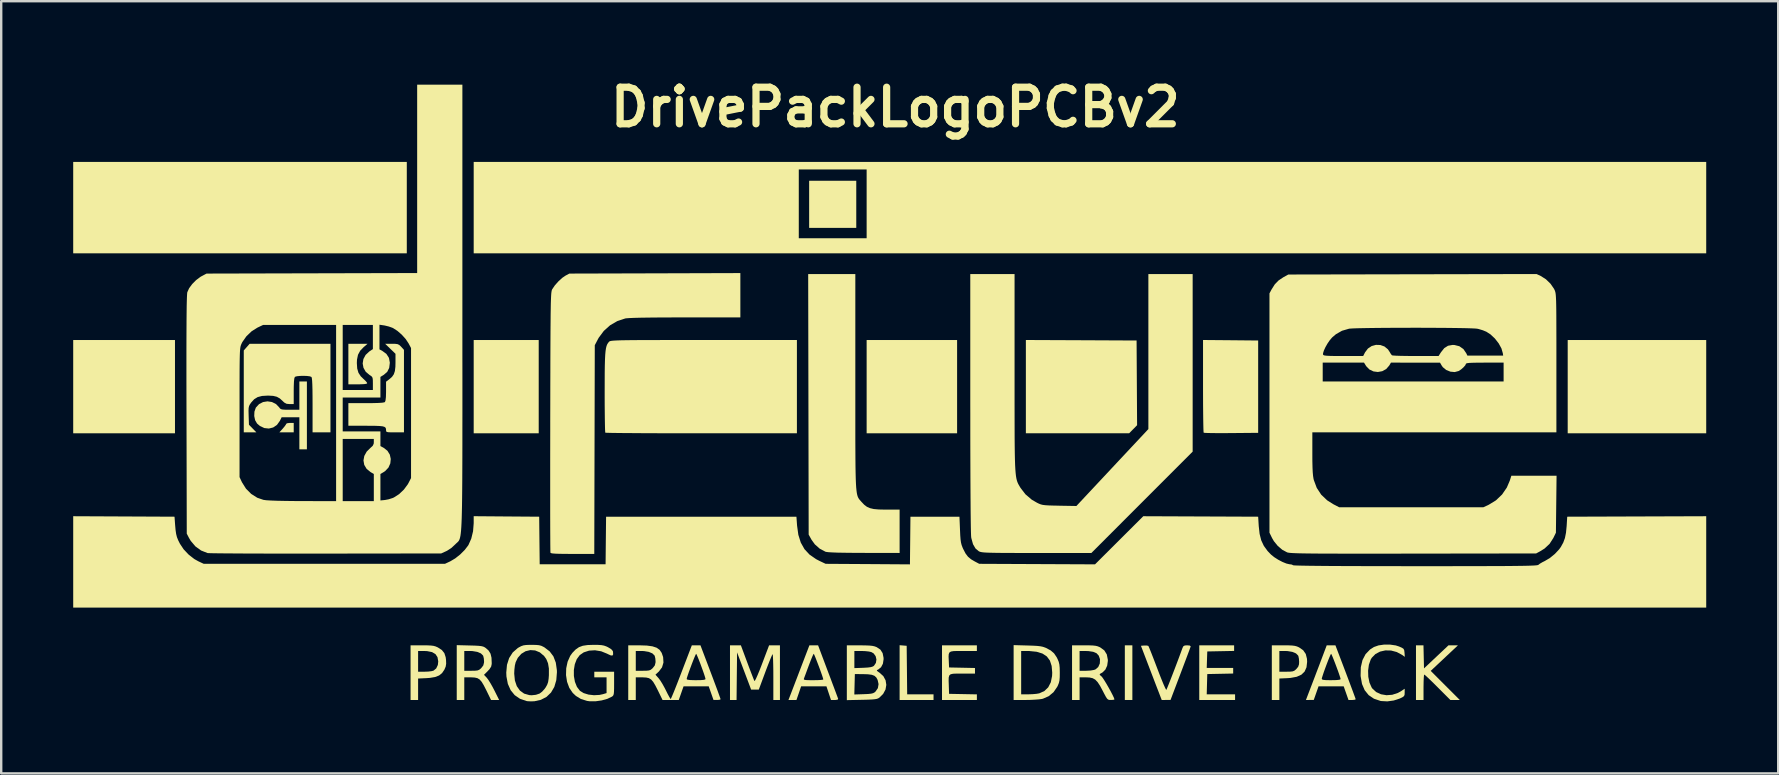
<source format=kicad_pcb>
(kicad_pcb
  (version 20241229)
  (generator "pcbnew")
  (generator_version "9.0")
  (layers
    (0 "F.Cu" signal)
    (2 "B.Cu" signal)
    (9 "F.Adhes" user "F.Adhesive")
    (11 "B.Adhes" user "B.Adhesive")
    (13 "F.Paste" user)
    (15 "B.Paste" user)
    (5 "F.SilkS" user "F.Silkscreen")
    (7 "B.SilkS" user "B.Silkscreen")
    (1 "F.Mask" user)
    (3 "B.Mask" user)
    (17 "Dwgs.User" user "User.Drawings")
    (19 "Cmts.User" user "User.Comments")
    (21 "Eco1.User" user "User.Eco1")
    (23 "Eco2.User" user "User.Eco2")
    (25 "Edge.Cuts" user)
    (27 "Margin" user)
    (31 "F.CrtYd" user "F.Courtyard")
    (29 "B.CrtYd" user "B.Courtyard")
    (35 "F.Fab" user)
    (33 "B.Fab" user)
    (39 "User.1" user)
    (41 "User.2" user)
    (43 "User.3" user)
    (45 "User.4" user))
  (footprint "DrivePackLogoPCBv2"
    (layer "F.Cu")
    (at 33.998 13.864)
    (property "Reference" "DrivePackLogoPCBv2" (at 0.254 -12.446 0) (layer "F.SilkS") (effects (font (size 1.524 1.524) (thickness 0.3))))
    (attr board_only exclude_from_pos_files exclude_from_bom)
    (fp_poly (pts (xy -29.758 1.138) (xy -33.998 1.138) (xy -33.998 -2.748) (xy -29.758 -2.748)) (stroke (width 0) (type solid)) (fill yes) (layer "F.SilkS"))
    (fp_poly (pts (xy -20.1 -6.36) (xy -33.998 -6.36) (xy -33.998 -10.168) (xy -20.1 -10.168)) (stroke (width 0) (type solid)) (fill yes) (layer "F.SilkS"))
    (fp_poly (pts (xy -14.604 1.138) (xy -17.313 1.138) (xy -17.313 -2.748) (xy -14.604 -2.748)) (stroke (width 0) (type solid)) (fill yes) (layer "F.SilkS"))
    (fp_poly (pts (xy -1.374 -7.42) (xy -3.337 -7.42) (xy -3.337 -9.383) (xy -1.374 -9.383)) (stroke (width 0) (type solid)) (fill yes) (layer "F.SilkS"))
    (fp_poly (pts (xy 2.827 1.138) (xy -0.942 1.138) (xy -0.942 -2.748) (xy 2.827 -2.748)) (stroke (width 0) (type solid)) (fill yes) (layer "F.SilkS"))
    (fp_poly (pts (xy 10.129 12.249) (xy 9.815 12.249) (xy 9.815 9.972) (xy 10.129 9.972)) (stroke (width 0) (type solid)) (fill yes) (layer "F.SilkS"))
    (fp_poly (pts (xy 34.037 1.138) (xy 28.266 1.138) (xy 28.266 -2.748) (xy 34.037 -2.748)) (stroke (width 0) (type solid)) (fill yes) (layer "F.SilkS"))
    (fp_poly (pts (xy 0.726 9.991) (xy 0.737 11.002) (xy 0.747 12.013) (xy 1.845 12.013) (xy 1.845 12.249) (xy 0.432 12.249) (xy 0.432 9.967)) (stroke (width 0) (type solid)) (fill yes) (layer "F.SilkS"))
    (fp_poly (pts (xy 7.999 -2.739) (xy 10.305 -2.728) (xy 10.326 0.801) (xy 10.16 0.97) (xy 9.994 1.138) (xy 5.692 1.138) (xy 5.692 -2.749)) (stroke (width 0) (type solid)) (fill yes) (layer "F.SilkS"))
    (fp_poly (pts (xy -24.811 1.099) (xy -25.409 1.099) (xy -25.267 0.942) (xy -25.188 0.847) (xy -25.136 0.773) (xy -25.125 0.746) (xy -25.09 0.721) (xy -25.003 0.708) (xy -24.968 0.707) (xy -24.811 0.707)) (stroke (width 0) (type solid)) (fill yes) (layer "F.SilkS"))
    (fp_poly (pts (xy 34.037 -6.36) (xy -17.313 -6.36) (xy -17.313 -6.988) (xy -3.769 -6.988) (xy -0.942 -6.988) (xy -0.942 -9.854) (xy -3.769 -9.854) (xy -3.769 -6.988) (xy -17.313 -6.988) (xy -17.313 -10.168) (xy 34.037 -10.168)) (stroke (width 0) (type solid)) (fill yes) (layer "F.SilkS"))
    (fp_poly (pts (xy 14.368 10.205) (xy 13.809 10.216) (xy 13.25 10.227) (xy 13.238 10.57) (xy 13.227 10.914) (xy 14.329 10.914) (xy 14.329 11.147) (xy 13.789 11.158) (xy 13.25 11.169) (xy 13.238 11.591) (xy 13.227 12.013) (xy 14.408 12.013) (xy 14.408 12.249) (xy 12.916 12.249) (xy 12.916 9.972) (xy 14.368 9.972)) (stroke (width 0) (type solid)) (fill yes) (layer "F.SilkS"))
    (fp_poly (pts (xy -21.894 -2.455) (xy -22.043 -2.301) (xy -22.133 -2.133) (xy -22.175 -1.929) (xy -22.181 -1.789) (xy -22.166 -1.56) (xy -22.114 -1.383) (xy -22.017 -1.235) (xy -21.911 -1.132) (xy -21.821 -1.047) (xy -21.762 -0.977) (xy -21.749 -0.948) (xy -21.782 -0.925) (xy -21.883 -0.91) (xy -22.057 -0.903) (xy -22.142 -0.903) (xy -22.534 -0.903) (xy -22.534 -2.591) (xy -21.735 -2.591)) (stroke (width 0) (type solid)) (fill yes) (layer "F.SilkS"))
    (fp_poly (pts (xy 14.221 -2.739) (xy 15.37 -2.728) (xy 15.37 1.119) (xy 14.248 1.129) (xy 13.959 1.131) (xy 13.695 1.131) (xy 13.468 1.129) (xy 13.286 1.126) (xy 13.161 1.121) (xy 13.103 1.114) (xy 13.1 1.113) (xy 13.094 1.069) (xy 13.089 0.955) (xy 13.085 0.778) (xy 13.081 0.545) (xy 13.078 0.264) (xy 13.075 -0.057) (xy 13.074 -0.411) (xy 13.073 -0.789) (xy 13.073 -0.832) (xy 13.073 -2.749)) (stroke (width 0) (type solid)) (fill yes) (layer "F.SilkS"))
    (fp_poly (pts (xy 3.651 10.207) (xy 3.083 10.207) (xy 2.849 10.207) (xy 2.682 10.212) (xy 2.573 10.23) (xy 2.508 10.269) (xy 2.479 10.337) (xy 2.472 10.442) (xy 2.479 10.591) (xy 2.481 10.64) (xy 2.493 10.894) (xy 3.033 10.905) (xy 3.572 10.916) (xy 3.572 11.149) (xy 3.043 11.149) (xy 2.819 11.149) (xy 2.661 11.155) (xy 2.559 11.177) (xy 2.502 11.226) (xy 2.477 11.313) (xy 2.474 11.447) (xy 2.481 11.639) (xy 2.481 11.66) (xy 2.493 11.993) (xy 3.651 12.015) (xy 3.651 12.249) (xy 2.198 12.249) (xy 2.198 9.972) (xy 3.651 9.972)) (stroke (width 0) (type solid)) (fill yes) (layer "F.SilkS"))
    (fp_poly (pts (xy 22.268 10.452) (xy 22.279 10.933) (xy 23.299 9.972) (xy 23.495 9.972) (xy 23.692 9.973) (xy 23.496 10.158) (xy 23.388 10.259) (xy 23.243 10.395) (xy 23.079 10.549) (xy 22.93 10.689) (xy 22.559 11.036) (xy 23.77 12.249) (xy 23.377 12.249) (xy 22.848 11.719) (xy 22.682 11.553) (xy 22.534 11.409) (xy 22.413 11.295) (xy 22.329 11.218) (xy 22.29 11.189) (xy 22.289 11.189) (xy 22.278 11.225) (xy 22.269 11.327) (xy 22.263 11.477) (xy 22.26 11.664) (xy 22.259 11.719) (xy 22.259 12.249) (xy 21.945 12.249) (xy 21.945 9.972) (xy 22.257 9.972)) (stroke (width 0) (type solid)) (fill yes) (layer "F.SilkS"))
    (fp_poly (pts (xy -24.262 1.806) (xy -24.576 1.806) (xy -24.576 0.471) (xy -25.315 0.471) (xy -25.387 0.618) (xy -25.508 0.787) (xy -25.666 0.895) (xy -25.846 0.94) (xy -26.035 0.92) (xy -26.219 0.834) (xy -26.339 0.73) (xy -26.419 0.593) (xy -26.456 0.419) (xy -26.448 0.237) (xy -26.392 0.076) (xy -26.386 0.065) (xy -26.256 -0.077) (xy -26.089 -0.163) (xy -25.904 -0.193) (xy -25.718 -0.165) (xy -25.549 -0.081) (xy -25.417 0.057) (xy -25.383 0.103) (xy -25.342 0.132) (xy -25.277 0.148) (xy -25.17 0.155) (xy -25.006 0.157) (xy -24.964 0.157) (xy -24.576 0.157) (xy -24.576 -1.021) (xy -24.262 -1.021)) (stroke (width 0) (type solid)) (fill yes) (layer "F.SilkS"))
    (fp_poly (pts (xy -5.913 10.693) (xy -5.829 10.918) (xy -5.752 11.119) (xy -5.688 11.284) (xy -5.642 11.401) (xy -5.617 11.458) (xy -5.616 11.46) (xy -5.594 11.44) (xy -5.549 11.355) (xy -5.486 11.213) (xy -5.408 11.026) (xy -5.32 10.8) (xy -5.297 10.739) (xy -5.006 9.972) (xy -4.554 9.972) (xy -4.554 12.249) (xy -4.829 12.249) (xy -4.829 11.284) (xy -4.83 11.02) (xy -4.834 10.785) (xy -4.839 10.589) (xy -4.846 10.444) (xy -4.854 10.358) (xy -4.861 10.34) (xy -4.884 10.382) (xy -4.929 10.485) (xy -4.992 10.64) (xy -5.068 10.833) (xy -5.152 11.054) (xy -5.164 11.088) (xy -5.435 11.817) (xy -5.754 11.817) (xy -6.34 10.266) (xy -6.351 11.257) (xy -6.361 12.249) (xy -6.635 12.249) (xy -6.635 9.972) (xy -6.181 9.972)) (stroke (width 0) (type solid)) (fill yes) (layer "F.SilkS"))
    (fp_poly (pts (xy -19.249 9.973) (xy -19.097 9.98) (xy -18.986 9.994) (xy -18.899 10.018) (xy -18.815 10.055) (xy -18.805 10.06) (xy -18.64 10.167) (xy -18.536 10.296) (xy -18.48 10.467) (xy -18.465 10.584) (xy -18.46 10.74) (xy -18.48 10.859) (xy -18.533 10.983) (xy -18.537 10.99) (xy -18.631 11.129) (xy -18.755 11.228) (xy -18.92 11.292) (xy -19.141 11.329) (xy -19.284 11.339) (xy -19.629 11.355) (xy -19.629 12.249) (xy -19.943 12.249) (xy -19.943 11.071) (xy -19.629 11.071) (xy -19.356 11.071) (xy -19.203 11.065) (xy -19.069 11.048) (xy -18.987 11.027) (xy -18.874 10.934) (xy -18.806 10.789) (xy -18.79 10.642) (xy -18.821 10.465) (xy -18.906 10.337) (xy -19.048 10.254) (xy -19.253 10.213) (xy -19.392 10.207) (xy -19.629 10.207) (xy -19.629 11.071) (xy -19.943 11.071) (xy -19.943 9.972) (xy -19.461 9.972)) (stroke (width 0) (type solid)) (fill yes) (layer "F.SilkS"))
    (fp_poly (pts (xy 16.633 9.973) (xy 16.786 9.98) (xy 16.896 9.994) (xy 16.985 10.018) (xy 17.069 10.055) (xy 17.078 10.06) (xy 17.246 10.177) (xy 17.353 10.332) (xy 17.404 10.534) (xy 17.41 10.659) (xy 17.384 10.886) (xy 17.306 11.063) (xy 17.172 11.194) (xy 16.977 11.282) (xy 16.717 11.33) (xy 16.596 11.339) (xy 16.253 11.355) (xy 16.253 12.249) (xy 15.939 12.249) (xy 15.939 11.071) (xy 16.253 11.071) (xy 16.55 11.071) (xy 16.706 11.068) (xy 16.806 11.057) (xy 16.876 11.03) (xy 16.938 10.98) (xy 16.963 10.956) (xy 17.039 10.862) (xy 17.072 10.761) (xy 17.077 10.659) (xy 17.068 10.53) (xy 17.046 10.424) (xy 17.035 10.397) (xy 16.946 10.308) (xy 16.794 10.245) (xy 16.595 10.211) (xy 16.49 10.207) (xy 16.253 10.207) (xy 16.253 11.071) (xy 15.939 11.071) (xy 15.939 9.972) (xy 16.421 9.972)) (stroke (width 0) (type solid)) (fill yes) (layer "F.SilkS"))
    (fp_poly (pts (xy -20.577 -2.589) (xy -20.483 -2.576) (xy -20.417 -2.544) (xy -20.354 -2.487) (xy -20.333 -2.465) (xy -20.218 -2.338) (xy -20.218 1.099) (xy -20.591 1.099) (xy -20.764 1.098) (xy -20.873 1.093) (xy -20.933 1.081) (xy -20.958 1.057) (xy -20.964 1.018) (xy -20.964 1.009) (xy -20.968 0.948) (xy -20.988 0.902) (xy -21.033 0.869) (xy -21.112 0.847) (xy -21.236 0.834) (xy -21.415 0.827) (xy -21.657 0.825) (xy -21.796 0.824) (xy -22.534 0.824) (xy -22.534 -0.118) (xy -21.796 -0.118) (xy -21.503 -0.12) (xy -21.283 -0.126) (xy -21.131 -0.136) (xy -21.04 -0.151) (xy -21.011 -0.165) (xy -20.986 -0.232) (xy -20.97 -0.372) (xy -20.964 -0.58) (xy -20.964 -0.612) (xy -20.964 -1.011) (xy -20.826 -1.116) (xy -20.714 -1.215) (xy -20.64 -1.322) (xy -20.596 -1.456) (xy -20.575 -1.635) (xy -20.571 -1.812) (xy -20.571 -2.174) (xy -21.001 -2.591) (xy -20.725 -2.591)) (stroke (width 0) (type solid)) (fill yes) (layer "F.SilkS"))
    (fp_poly (pts (xy -1.413 -1.008) (xy -1.413 -0.302) (xy -1.413 0.329) (xy -1.413 0.891) (xy -1.413 1.387) (xy -1.411 1.822) (xy -1.409 2.201) (xy -1.406 2.527) (xy -1.401 2.805) (xy -1.395 3.04) (xy -1.387 3.236) (xy -1.377 3.396) (xy -1.364 3.526) (xy -1.35 3.63) (xy -1.332 3.713) (xy -1.312 3.777) (xy -1.288 3.829) (xy -1.261 3.873) (xy -1.231 3.911) (xy -1.196 3.95) (xy -1.158 3.994) (xy -1.156 3.996) (xy -1.045 4.113) (xy -0.932 4.199) (xy -0.803 4.257) (xy -0.642 4.294) (xy -0.435 4.312) (xy -0.166 4.318) (xy -0.125 4.318) (xy 0.432 4.318) (xy 0.432 6.124) (xy -1.05 6.121) (xy -1.492 6.119) (xy -1.859 6.115) (xy -2.153 6.11) (xy -2.379 6.101) (xy -2.538 6.091) (xy -2.634 6.078) (xy -2.657 6.072) (xy -2.894 5.947) (xy -3.101 5.764) (xy -3.239 5.572) (xy -3.357 5.359) (xy -3.367 -0.069) (xy -3.377 -5.496) (xy -1.413 -5.496)) (stroke (width 0) (type solid)) (fill yes) (layer "F.SilkS"))
    (fp_poly (pts (xy -23.28 1.099) (xy -24.026 1.099) (xy -24.026 -0.031) (xy -24.027 -0.39) (xy -24.03 -0.676) (xy -24.036 -0.895) (xy -24.044 -1.052) (xy -24.055 -1.153) (xy -24.069 -1.204) (xy -24.073 -1.209) (xy -24.138 -1.235) (xy -24.256 -1.25) (xy -24.402 -1.256) (xy -24.551 -1.252) (xy -24.677 -1.239) (xy -24.756 -1.216) (xy -24.764 -1.209) (xy -24.786 -1.149) (xy -24.801 -1.019) (xy -24.809 -0.816) (xy -24.811 -0.62) (xy -24.811 -0.079) (xy -24.98 -0.079) (xy -25.109 -0.091) (xy -25.205 -0.143) (xy -25.265 -0.2) (xy -25.39 -0.314) (xy -25.516 -0.384) (xy -25.668 -0.421) (xy -25.871 -0.432) (xy -25.893 -0.432) (xy -26.131 -0.418) (xy -26.314 -0.37) (xy -26.459 -0.281) (xy -26.583 -0.144) (xy -26.585 -0.141) (xy -26.639 -0.063) (xy -26.672 0.005) (xy -26.689 0.084) (xy -26.694 0.195) (xy -26.69 0.36) (xy -26.689 0.401) (xy -26.676 0.782) (xy -26.366 1.099) (xy -26.892 1.099) (xy -26.892 -2.313) (xy -26.77 -2.452) (xy -26.648 -2.591) (xy -23.28 -2.591)) (stroke (width 0) (type solid)) (fill yes) (layer "F.SilkS"))
    (fp_poly (pts (xy 12.519 9.981) (xy 12.557 10.01) (xy 12.556 10.024) (xy 12.539 10.072) (xy 12.498 10.185) (xy 12.436 10.352) (xy 12.357 10.563) (xy 12.264 10.809) (xy 12.162 11.08) (xy 12.131 11.162) (xy 11.719 12.248) (xy 11.535 12.248) (xy 11.352 12.249) (xy 11.212 11.885) (xy 11.153 11.733) (xy 11.073 11.525) (xy 10.98 11.282) (xy 10.88 11.021) (xy 10.781 10.762) (xy 10.779 10.757) (xy 10.486 9.991) (xy 10.627 9.979) (xy 10.727 9.979) (xy 10.791 9.995) (xy 10.796 9.998) (xy 10.817 10.043) (xy 10.862 10.15) (xy 10.926 10.31) (xy 11.005 10.513) (xy 11.095 10.748) (xy 11.17 10.945) (xy 11.265 11.194) (xy 11.353 11.414) (xy 11.428 11.597) (xy 11.489 11.733) (xy 11.529 11.812) (xy 11.544 11.828) (xy 11.564 11.786) (xy 11.607 11.682) (xy 11.669 11.528) (xy 11.744 11.336) (xy 11.828 11.119) (xy 11.917 10.887) (xy 12.006 10.653) (xy 12.09 10.428) (xy 12.165 10.225) (xy 12.218 10.08) (xy 12.255 10.008) (xy 12.315 9.978) (xy 12.412 9.972)) (stroke (width 0) (type solid)) (fill yes) (layer "F.SilkS"))
    (fp_poly (pts (xy -3.847 1.138) (xy -7.825 1.138) (xy -8.378 1.138) (xy -8.908 1.137) (xy -9.41 1.136) (xy -9.88 1.135) (xy -10.312 1.133) (xy -10.7 1.13) (xy -11.04 1.128) (xy -11.326 1.125) (xy -11.553 1.122) (xy -11.716 1.118) (xy -11.809 1.115) (xy -11.83 1.112) (xy -11.835 1.069) (xy -11.841 0.955) (xy -11.845 0.779) (xy -11.849 0.549) (xy -11.852 0.274) (xy -11.855 -0.038) (xy -11.856 -0.379) (xy -11.856 -0.57) (xy -11.855 -1.01) (xy -11.854 -1.379) (xy -11.85 -1.684) (xy -11.843 -1.932) (xy -11.833 -2.131) (xy -11.819 -2.287) (xy -11.801 -2.407) (xy -11.778 -2.499) (xy -11.749 -2.571) (xy -11.713 -2.628) (xy -11.676 -2.673) (xy -11.663 -2.686) (xy -11.644 -2.696) (xy -11.615 -2.706) (xy -11.571 -2.714) (xy -11.507 -2.721) (xy -11.419 -2.727) (xy -11.302 -2.732) (xy -11.151 -2.737) (xy -10.963 -2.74) (xy -10.731 -2.743) (xy -10.452 -2.745) (xy -10.121 -2.746) (xy -9.733 -2.747) (xy -9.284 -2.748) (xy -8.769 -2.748) (xy -8.184 -2.748) (xy -7.728 -2.748) (xy -3.847 -2.748)) (stroke (width 0) (type solid)) (fill yes) (layer "F.SilkS"))
    (fp_poly (pts (xy 20.868 9.942) (xy 21.103 9.976) (xy 21.239 10.02) (xy 21.359 10.073) (xy 21.425 10.117) (xy 21.454 10.175) (xy 21.466 10.267) (xy 21.467 10.28) (xy 21.479 10.452) (xy 21.368 10.372) (xy 21.144 10.251) (xy 20.906 10.188) (xy 20.67 10.183) (xy 20.448 10.233) (xy 20.255 10.335) (xy 20.104 10.489) (xy 20.059 10.564) (xy 19.983 10.78) (xy 19.95 11.027) (xy 19.958 11.283) (xy 20.007 11.523) (xy 20.095 11.724) (xy 20.128 11.772) (xy 20.286 11.918) (xy 20.488 12.011) (xy 20.716 12.05) (xy 20.955 12.032) (xy 21.19 11.956) (xy 21.332 11.876) (xy 21.474 11.78) (xy 21.474 11.938) (xy 21.47 12.029) (xy 21.446 12.087) (xy 21.384 12.133) (xy 21.268 12.189) (xy 21.019 12.27) (xy 20.75 12.307) (xy 20.497 12.293) (xy 20.466 12.288) (xy 20.194 12.196) (xy 19.974 12.047) (xy 19.807 11.841) (xy 19.696 11.581) (xy 19.641 11.268) (xy 19.638 11.226) (xy 19.647 10.883) (xy 19.716 10.587) (xy 19.844 10.341) (xy 20.031 10.146) (xy 20.193 10.042) (xy 20.384 9.975) (xy 20.619 9.941)) (stroke (width 0) (type solid)) (fill yes) (layer "F.SilkS"))
    (fp_poly (pts (xy 5.761 9.979) (xy 5.999 9.987) (xy 6.175 9.997) (xy 6.306 10.013) (xy 6.408 10.035) (xy 6.498 10.067) (xy 6.536 10.083) (xy 6.728 10.186) (xy 6.866 10.306) (xy 6.974 10.465) (xy 7.012 10.541) (xy 7.059 10.653) (xy 7.087 10.766) (xy 7.101 10.906) (xy 7.105 11.097) (xy 7.105 11.113) (xy 7.103 11.299) (xy 7.092 11.433) (xy 7.068 11.539) (xy 7.027 11.642) (xy 6.998 11.701) (xy 6.845 11.924) (xy 6.643 12.091) (xy 6.405 12.195) (xy 6.36 12.206) (xy 6.24 12.223) (xy 6.066 12.236) (xy 5.862 12.246) (xy 5.671 12.249) (xy 5.182 12.249) (xy 5.182 10.207) (xy 5.496 10.207) (xy 5.496 12.013) (xy 5.8 12.013) (xy 5.97 12.007) (xy 6.13 11.993) (xy 6.246 11.973) (xy 6.251 11.972) (xy 6.463 11.876) (xy 6.623 11.722) (xy 6.731 11.512) (xy 6.784 11.249) (xy 6.79 11.11) (xy 6.766 10.831) (xy 6.693 10.607) (xy 6.566 10.436) (xy 6.382 10.314) (xy 6.139 10.24) (xy 5.832 10.209) (xy 5.761 10.208) (xy 5.496 10.207) (xy 5.182 10.207) (xy 5.182 9.963)) (stroke (width 0) (type solid)) (fill yes) (layer "F.SilkS"))
    (fp_poly (pts (xy -17.48 9.978) (xy -17.259 9.984) (xy -17.102 9.993) (xy -16.993 10.006) (xy -16.915 10.025) (xy -16.854 10.054) (xy -16.812 10.083) (xy -16.689 10.192) (xy -16.611 10.321) (xy -16.571 10.488) (xy -16.562 10.71) (xy -16.563 10.752) (xy -16.585 10.857) (xy -16.653 10.964) (xy -16.726 11.042) (xy -16.884 11.201) (xy -16.769 11.322) (xy -16.704 11.408) (xy -16.618 11.544) (xy -16.524 11.71) (xy -16.453 11.846) (xy -16.252 12.249) (xy -16.59 12.249) (xy -16.784 11.851) (xy -16.891 11.642) (xy -16.98 11.493) (xy -17.065 11.396) (xy -17.157 11.34) (xy -17.269 11.314) (xy -17.414 11.306) (xy -17.436 11.306) (xy -17.705 11.306) (xy -17.705 12.249) (xy -18.019 12.249) (xy -18.019 11.032) (xy -17.705 11.032) (xy -17.408 11.032) (xy -17.253 11.029) (xy -17.152 11.018) (xy -17.082 10.99) (xy -17.02 10.941) (xy -16.996 10.917) (xy -16.913 10.81) (xy -16.883 10.691) (xy -16.881 10.639) (xy -16.891 10.515) (xy -16.916 10.413) (xy -16.923 10.397) (xy -17.013 10.308) (xy -17.164 10.245) (xy -17.364 10.211) (xy -17.469 10.207) (xy -17.705 10.207) (xy -17.705 11.032) (xy -18.019 11.032) (xy -18.019 9.964)) (stroke (width 0) (type solid)) (fill yes) (layer "F.SilkS"))
    (fp_poly (pts (xy 18.589 9.972) (xy 19.011 11.081) (xy 19.116 11.36) (xy 19.212 11.615) (xy 19.295 11.837) (xy 19.361 12.016) (xy 19.408 12.144) (xy 19.431 12.212) (xy 19.433 12.22) (xy 19.398 12.238) (xy 19.312 12.248) (xy 19.283 12.249) (xy 19.133 12.249) (xy 19.033 11.964) (xy 18.933 11.679) (xy 17.886 11.679) (xy 17.686 12.248) (xy 17.523 12.248) (xy 17.36 12.249) (xy 17.612 11.591) (xy 17.697 11.368) (xy 18.019 11.368) (xy 18.035 11.394) (xy 18.088 11.411) (xy 18.193 11.421) (xy 18.36 11.424) (xy 18.412 11.424) (xy 18.62 11.42) (xy 18.751 11.407) (xy 18.803 11.385) (xy 18.805 11.38) (xy 18.792 11.325) (xy 18.757 11.217) (xy 18.707 11.071) (xy 18.646 10.905) (xy 18.582 10.735) (xy 18.52 10.575) (xy 18.467 10.443) (xy 18.427 10.355) (xy 18.409 10.325) (xy 18.387 10.359) (xy 18.346 10.452) (xy 18.291 10.586) (xy 18.229 10.747) (xy 18.166 10.917) (xy 18.107 11.081) (xy 18.06 11.222) (xy 18.028 11.324) (xy 18.019 11.368) (xy 17.697 11.368) (xy 17.711 11.332) (xy 17.816 11.055) (xy 17.919 10.786) (xy 18.008 10.55) (xy 18.045 10.452) (xy 18.226 9.972)) (stroke (width 0) (type solid)) (fill yes) (layer "F.SilkS"))
    (fp_poly (pts (xy -3.145 9.972) (xy -2.964 9.973) (xy -2.555 11.062) (xy -2.45 11.339) (xy -2.355 11.594) (xy -2.271 11.816) (xy -2.204 11.996) (xy -2.156 12.125) (xy -2.131 12.193) (xy -2.128 12.199) (xy -2.146 12.234) (xy -2.234 12.248) (xy -2.269 12.249) (xy -2.427 12.249) (xy -2.522 11.964) (xy -2.617 11.679) (xy -3.671 11.679) (xy -3.768 11.964) (xy -3.866 12.249) (xy -4.199 12.249) (xy -4.127 12.062) (xy -4.093 11.974) (xy -4.036 11.825) (xy -3.96 11.628) (xy -3.871 11.394) (xy -3.867 11.386) (xy -3.56 11.386) (xy -3.539 11.406) (xy -3.481 11.417) (xy -3.371 11.423) (xy -3.197 11.424) (xy -3.164 11.424) (xy -2.994 11.422) (xy -2.858 11.415) (xy -2.77 11.404) (xy -2.747 11.395) (xy -2.76 11.342) (xy -2.794 11.236) (xy -2.844 11.092) (xy -2.904 10.926) (xy -2.969 10.754) (xy -3.031 10.592) (xy -3.085 10.456) (xy -3.125 10.361) (xy -3.146 10.325) (xy -3.147 10.325) (xy -3.169 10.36) (xy -3.212 10.454) (xy -3.269 10.596) (xy -3.336 10.77) (xy -3.35 10.806) (xy -3.419 10.992) (xy -3.479 11.156) (xy -3.526 11.281) (xy -3.552 11.351) (xy -3.554 11.355) (xy -3.56 11.386) (xy -3.867 11.386) (xy -3.772 11.136) (xy -3.691 10.924) (xy -3.327 9.972)) (stroke (width 0) (type solid)) (fill yes) (layer "F.SilkS"))
    (fp_poly (pts (xy -12.131 9.954) (xy -11.991 9.963) (xy -11.884 9.983) (xy -11.788 10.017) (xy -11.719 10.05) (xy -11.586 10.13) (xy -11.52 10.205) (xy -11.509 10.239) (xy -11.503 10.346) (xy -11.53 10.396) (xy -11.599 10.393) (xy -11.719 10.339) (xy -11.753 10.321) (xy -12.002 10.22) (xy -12.259 10.178) (xy -12.506 10.193) (xy -12.728 10.265) (xy -12.895 10.38) (xy -13.018 10.546) (xy -13.1 10.759) (xy -13.14 11) (xy -13.139 11.25) (xy -13.096 11.491) (xy -13.012 11.702) (xy -12.887 11.866) (xy -12.883 11.869) (xy -12.732 11.962) (xy -12.53 12.024) (xy -12.303 12.05) (xy -12.073 12.038) (xy -11.929 12.007) (xy -11.777 11.961) (xy -11.777 11.306) (xy -12.288 11.306) (xy -12.288 11.071) (xy -11.463 11.071) (xy -11.463 11.561) (xy -11.464 11.765) (xy -11.468 11.905) (xy -11.477 11.996) (xy -11.495 12.052) (xy -11.522 12.086) (xy -11.552 12.109) (xy -11.743 12.201) (xy -11.98 12.267) (xy -12.235 12.303) (xy -12.478 12.303) (xy -12.591 12.287) (xy -12.844 12.208) (xy -13.054 12.08) (xy -13.187 11.954) (xy -13.33 11.744) (xy -13.423 11.491) (xy -13.466 11.214) (xy -13.458 10.929) (xy -13.4 10.655) (xy -13.291 10.411) (xy -13.2 10.284) (xy -13.065 10.145) (xy -12.927 10.049) (xy -12.768 9.99) (xy -12.569 9.96) (xy -12.327 9.952)) (stroke (width 0) (type solid)) (fill yes) (layer "F.SilkS"))
    (fp_poly (pts (xy 8.334 9.973) (xy 8.489 9.979) (xy 8.601 9.992) (xy 8.688 10.014) (xy 8.769 10.048) (xy 8.792 10.06) (xy 8.96 10.183) (xy 9.064 10.351) (xy 9.106 10.567) (xy 9.108 10.619) (xy 9.08 10.817) (xy 9.004 10.984) (xy 8.887 11.1) (xy 8.865 11.113) (xy 8.782 11.16) (xy 8.765 11.194) (xy 8.811 11.241) (xy 8.844 11.267) (xy 8.889 11.322) (xy 8.96 11.429) (xy 9.046 11.57) (xy 9.138 11.73) (xy 9.228 11.892) (xy 9.304 12.039) (xy 9.359 12.154) (xy 9.382 12.222) (xy 9.383 12.226) (xy 9.348 12.24) (xy 9.262 12.248) (xy 9.235 12.248) (xy 9.169 12.246) (xy 9.119 12.231) (xy 9.074 12.191) (xy 9.023 12.113) (xy 8.954 11.984) (xy 8.899 11.877) (xy 8.782 11.658) (xy 8.68 11.503) (xy 8.581 11.4) (xy 8.472 11.34) (xy 8.341 11.312) (xy 8.202 11.306) (xy 7.93 11.306) (xy 7.93 12.249) (xy 7.616 12.249) (xy 7.616 11.032) (xy 7.93 11.032) (xy 8.207 11.032) (xy 8.387 11.022) (xy 8.532 10.997) (xy 8.594 10.974) (xy 8.708 10.874) (xy 8.773 10.728) (xy 8.78 10.558) (xy 8.777 10.541) (xy 8.729 10.402) (xy 8.639 10.303) (xy 8.498 10.242) (xy 8.298 10.212) (xy 8.141 10.207) (xy 7.93 10.207) (xy 7.93 11.032) (xy 7.616 11.032) (xy 7.616 9.972) (xy 8.118 9.972)) (stroke (width 0) (type solid)) (fill yes) (layer "F.SilkS"))
    (fp_poly (pts (xy -6.203 -3.69) (xy -8.497 -3.69) (xy -9.077 -3.689) (xy -9.58 -3.687) (xy -10.005 -3.683) (xy -10.355 -3.678) (xy -10.631 -3.671) (xy -10.833 -3.662) (xy -10.962 -3.652) (xy -11 -3.646) (xy -11.329 -3.537) (xy -11.631 -3.361) (xy -11.893 -3.126) (xy -12.103 -2.844) (xy -12.143 -2.771) (xy -12.268 -2.532) (xy -12.289 6.164) (xy -13.193 6.164) (xy -13.499 6.162) (xy -13.735 6.159) (xy -13.907 6.153) (xy -14.023 6.144) (xy -14.09 6.131) (xy -14.115 6.114) (xy -14.115 6.114) (xy -14.117 6.07) (xy -14.119 5.951) (xy -14.121 5.763) (xy -14.122 5.51) (xy -14.124 5.197) (xy -14.125 4.828) (xy -14.126 4.408) (xy -14.126 3.941) (xy -14.126 3.432) (xy -14.126 2.885) (xy -14.126 2.305) (xy -14.125 1.696) (xy -14.124 1.063) (xy -14.124 0.667) (xy -14.122 -0.093) (xy -14.121 -0.779) (xy -14.119 -1.394) (xy -14.118 -1.942) (xy -14.116 -2.427) (xy -14.114 -2.854) (xy -14.112 -3.226) (xy -14.109 -3.548) (xy -14.107 -3.822) (xy -14.103 -4.053) (xy -14.1 -4.246) (xy -14.095 -4.403) (xy -14.09 -4.529) (xy -14.085 -4.628) (xy -14.079 -4.704) (xy -14.071 -4.761) (xy -14.064 -4.803) (xy -14.055 -4.833) (xy -14.045 -4.856) (xy -14.041 -4.863) (xy -13.931 -5.026) (xy -13.782 -5.193) (xy -13.622 -5.339) (xy -13.487 -5.431) (xy -13.328 -5.516) (xy -9.765 -5.526) (xy -6.203 -5.537)) (stroke (width 0) (type solid)) (fill yes) (layer "F.SilkS"))
    (fp_poly (pts (xy -14.72 9.955) (xy -14.595 9.966) (xy -14.498 9.991) (xy -14.406 10.035) (xy -14.365 10.058) (xy -14.148 10.224) (xy -13.991 10.434) (xy -13.892 10.693) (xy -13.848 11.004) (xy -13.845 11.09) (xy -13.871 11.421) (xy -13.954 11.705) (xy -14.092 11.94) (xy -14.28 12.121) (xy -14.516 12.243) (xy -14.781 12.301) (xy -14.929 12.307) (xy -15.071 12.299) (xy -15.114 12.292) (xy -15.384 12.199) (xy -15.605 12.047) (xy -15.774 11.839) (xy -15.89 11.578) (xy -15.949 11.269) (xy -15.954 11.15) (xy -15.625 11.15) (xy -15.597 11.436) (xy -15.517 11.673) (xy -15.387 11.857) (xy -15.213 11.983) (xy -14.998 12.045) (xy -14.898 12.052) (xy -14.721 12.033) (xy -14.569 11.982) (xy -14.564 11.979) (xy -14.463 11.903) (xy -14.359 11.788) (xy -14.312 11.722) (xy -14.25 11.61) (xy -14.212 11.501) (xy -14.191 11.365) (xy -14.18 11.216) (xy -14.18 10.939) (xy -14.216 10.72) (xy -14.29 10.541) (xy -14.379 10.417) (xy -14.556 10.266) (xy -14.752 10.185) (xy -14.955 10.17) (xy -15.152 10.218) (xy -15.33 10.326) (xy -15.476 10.493) (xy -15.564 10.674) (xy -15.597 10.81) (xy -15.618 10.989) (xy -15.625 11.15) (xy -15.954 11.15) (xy -15.956 11.11) (xy -15.926 10.783) (xy -15.836 10.502) (xy -15.686 10.268) (xy -15.478 10.086) (xy -15.432 10.058) (xy -15.334 10.006) (xy -15.242 9.974) (xy -15.132 9.958) (xy -14.977 9.952) (xy -14.898 9.952)) (stroke (width 0) (type solid)) (fill yes) (layer "F.SilkS"))
    (fp_poly (pts (xy -1.227 9.972) (xy -0.994 9.975) (xy -0.823 9.982) (xy -0.698 9.995) (xy -0.603 10.017) (xy -0.523 10.048) (xy -0.37 10.15) (xy -0.276 10.296) (xy -0.237 10.493) (xy -0.236 10.553) (xy -0.264 10.737) (xy -0.341 10.884) (xy -0.458 10.979) (xy -0.479 10.987) (xy -0.517 11.009) (xy -0.506 11.04) (xy -0.436 11.091) (xy -0.405 11.112) (xy -0.246 11.255) (xy -0.152 11.429) (xy -0.122 11.62) (xy -0.156 11.814) (xy -0.255 11.997) (xy -0.408 12.148) (xy -0.456 12.179) (xy -0.515 12.202) (xy -0.599 12.217) (xy -0.719 12.228) (xy -0.891 12.236) (xy -1.126 12.242) (xy -1.141 12.242) (xy -1.767 12.255) (xy -1.767 12.02) (xy -1.455 12.02) (xy -1.064 12.007) (xy -0.881 11.999) (xy -0.757 11.986) (xy -0.674 11.966) (xy -0.614 11.934) (xy -0.573 11.899) (xy -0.474 11.756) (xy -0.445 11.587) (xy -0.484 11.414) (xy -0.54 11.311) (xy -0.617 11.241) (xy -0.729 11.199) (xy -0.891 11.178) (xy -1.08 11.172) (xy -1.433 11.169) (xy -1.444 11.595) (xy -1.455 12.02) (xy -1.767 12.02) (xy -1.767 10.921) (xy -1.453 10.921) (xy -1.084 10.908) (xy -0.893 10.897) (xy -0.765 10.88) (xy -0.681 10.853) (xy -0.636 10.823) (xy -0.556 10.703) (xy -0.534 10.562) (xy -0.567 10.423) (xy -0.65 10.309) (xy -0.748 10.252) (xy -0.852 10.229) (xy -1.002 10.213) (xy -1.164 10.207) (xy -1.453 10.207) (xy -1.453 10.921) (xy -1.767 10.921) (xy -1.767 9.972)) (stroke (width 0) (type solid)) (fill yes) (layer "F.SilkS"))
    (fp_poly (pts (xy 5.221 -1.382) (xy 5.221 -0.703) (xy 5.221 -0.098) (xy 5.222 0.438) (xy 5.223 0.909) (xy 5.224 1.321) (xy 5.227 1.677) (xy 5.231 1.983) (xy 5.237 2.243) (xy 5.244 2.462) (xy 5.254 2.644) (xy 5.266 2.795) (xy 5.28 2.918) (xy 5.297 3.019) (xy 5.317 3.102) (xy 5.34 3.171) (xy 5.366 3.232) (xy 5.397 3.29) (xy 5.431 3.348) (xy 5.468 3.41) (xy 5.673 3.678) (xy 5.936 3.903) (xy 6.159 4.033) (xy 6.241 4.072) (xy 6.316 4.101) (xy 6.398 4.121) (xy 6.501 4.134) (xy 6.64 4.143) (xy 6.828 4.149) (xy 7.081 4.154) (xy 7.088 4.155) (xy 7.797 4.167) (xy 9.296 2.565) (xy 10.796 0.962) (xy 10.796 -2.267) (xy 10.796 -5.496) (xy 12.641 -5.496) (xy 12.641 1.902) (xy 10.531 4.013) (xy 8.422 6.124) (xy 6.144 6.124) (xy 5.662 6.124) (xy 5.252 6.124) (xy 4.908 6.123) (xy 4.624 6.121) (xy 4.393 6.118) (xy 4.209 6.114) (xy 4.066 6.109) (xy 3.957 6.103) (xy 3.877 6.094) (xy 3.818 6.084) (xy 3.775 6.072) (xy 3.741 6.057) (xy 3.731 6.052) (xy 3.593 5.937) (xy 3.49 5.759) (xy 3.422 5.513) (xy 3.414 5.472) (xy 3.409 5.4) (xy 3.404 5.252) (xy 3.399 5.032) (xy 3.395 4.743) (xy 3.391 4.388) (xy 3.388 3.969) (xy 3.385 3.491) (xy 3.382 2.955) (xy 3.38 2.366) (xy 3.378 1.726) (xy 3.377 1.039) (xy 3.377 0.306) (xy 3.376 -0.128) (xy 3.376 -5.496) (xy 5.221 -5.496)) (stroke (width 0) (type solid)) (fill yes) (layer "F.SilkS"))
    (fp_poly (pts (xy -7.445 11.081) (xy -7.34 11.359) (xy -7.245 11.614) (xy -7.162 11.836) (xy -7.097 12.016) (xy -7.051 12.144) (xy -7.028 12.211) (xy -7.026 12.219) (xy -7.062 12.238) (xy -7.148 12.248) (xy -7.174 12.248) (xy -7.322 12.248) (xy -7.522 11.679) (xy -8.569 11.679) (xy -8.669 11.964) (xy -8.769 12.249) (xy -9.445 12.249) (xy -9.639 11.851) (xy -9.746 11.642) (xy -9.835 11.493) (xy -9.92 11.396) (xy -10.012 11.34) (xy -10.124 11.314) (xy -10.269 11.306) (xy -10.291 11.306) (xy -10.56 11.306) (xy -10.56 12.249) (xy -10.874 12.249) (xy -10.874 11.032) (xy -10.56 11.032) (xy -10.263 11.032) (xy -10.108 11.029) (xy -10.007 11.018) (xy -9.937 10.99) (xy -9.875 10.941) (xy -9.851 10.917) (xy -9.768 10.81) (xy -9.738 10.691) (xy -9.736 10.639) (xy -9.746 10.515) (xy -9.771 10.413) (xy -9.778 10.397) (xy -9.868 10.308) (xy -10.019 10.245) (xy -10.219 10.211) (xy -10.324 10.207) (xy -10.56 10.207) (xy -10.56 11.032) (xy -10.874 11.032) (xy -10.874 9.972) (xy -10.394 9.972) (xy -10.096 9.982) (xy -9.865 10.014) (xy -9.692 10.071) (xy -9.567 10.16) (xy -9.481 10.286) (xy -9.424 10.452) (xy -9.42 10.471) (xy -9.407 10.69) (xy -9.467 10.891) (xy -9.597 11.062) (xy -9.599 11.064) (xy -9.74 11.194) (xy -9.611 11.34) (xy -9.536 11.44) (xy -9.445 11.587) (xy -9.351 11.758) (xy -9.306 11.847) (xy -9.231 11.998) (xy -9.166 12.118) (xy -9.121 12.192) (xy -9.105 12.209) (xy -9.086 12.174) (xy -9.042 12.074) (xy -8.977 11.919) (xy -8.896 11.717) (xy -8.802 11.477) (xy -8.764 11.378) (xy -8.44 11.378) (xy -8.409 11.402) (xy -8.313 11.417) (xy -8.145 11.423) (xy -8.048 11.424) (xy -7.855 11.421) (xy -7.731 11.411) (xy -7.668 11.394) (xy -7.655 11.375) (xy -7.668 11.318) (xy -7.702 11.208) (xy -7.752 11.062) (xy -7.812 10.896) (xy -7.875 10.725) (xy -7.936 10.567) (xy -7.989 10.437) (xy -8.028 10.351) (xy -8.045 10.325) (xy -8.066 10.359) (xy -8.107 10.452) (xy -8.162 10.587) (xy -8.224 10.747) (xy -8.288 10.918) (xy -8.348 11.083) (xy -8.397 11.225) (xy -8.43 11.33) (xy -8.44 11.378) (xy -8.764 11.378) (xy -8.698 11.208) (xy -8.653 11.09) (xy -8.225 9.972) (xy -7.865 9.972)) (stroke (width 0) (type solid)) (fill yes) (layer "F.SilkS"))
    (fp_poly (pts (xy -15.949 4.603) (xy -14.584 4.613) (xy -14.574 5.604) (xy -14.563 6.595) (xy -11.818 6.595) (xy -11.808 5.604) (xy -11.797 4.613) (xy -3.867 4.613) (xy -3.84 4.986) (xy -3.787 5.369) (xy -3.685 5.693) (xy -3.531 5.966) (xy -3.32 6.193) (xy -3.048 6.381) (xy -2.91 6.453) (xy -2.65 6.576) (xy -0.894 6.587) (xy 0.862 6.599) (xy 0.873 5.606) (xy 0.883 4.613) (xy 2.925 4.613) (xy 2.948 5.164) (xy 2.958 5.393) (xy 2.971 5.562) (xy 2.989 5.689) (xy 3.015 5.793) (xy 3.052 5.892) (xy 3.077 5.949) (xy 3.176 6.141) (xy 3.28 6.279) (xy 3.41 6.388) (xy 3.553 6.472) (xy 3.749 6.576) (xy 8.573 6.598) (xy 10.584 4.593) (xy 12.977 4.603) (xy 15.37 4.613) (xy 15.394 5.005) (xy 15.43 5.329) (xy 15.498 5.598) (xy 15.607 5.829) (xy 15.764 6.044) (xy 15.905 6.191) (xy 16.039 6.299) (xy 16.205 6.405) (xy 16.381 6.497) (xy 16.545 6.564) (xy 16.675 6.595) (xy 16.692 6.595) (xy 16.779 6.609) (xy 16.822 6.635) (xy 16.865 6.641) (xy 16.987 6.647) (xy 17.186 6.652) (xy 17.462 6.657) (xy 17.814 6.661) (xy 18.242 6.665) (xy 18.746 6.668) (xy 19.325 6.67) (xy 19.978 6.672) (xy 20.705 6.673) (xy 21.506 6.674) (xy 21.923 6.674) (xy 22.667 6.674) (xy 23.336 6.674) (xy 23.935 6.673) (xy 24.466 6.672) (xy 24.935 6.671) (xy 25.344 6.67) (xy 25.698 6.668) (xy 26.001 6.665) (xy 26.256 6.662) (xy 26.467 6.659) (xy 26.639 6.655) (xy 26.774 6.65) (xy 26.878 6.645) (xy 26.953 6.639) (xy 27.004 6.632) (xy 27.034 6.624) (xy 27.048 6.616) (xy 27.109 6.569) (xy 27.215 6.507) (xy 27.305 6.463) (xy 27.519 6.337) (xy 27.731 6.164) (xy 27.911 5.971) (xy 27.98 5.874) (xy 28.081 5.691) (xy 28.151 5.501) (xy 28.195 5.28) (xy 28.222 5.006) (xy 28.222 5.005) (xy 28.246 4.613) (xy 34.037 4.593) (xy 34.037 8.401) (xy -33.998 8.401) (xy -33.998 4.593) (xy -31.887 4.603) (xy -29.777 4.613) (xy -29.753 4.947) (xy -29.734 5.164) (xy -29.71 5.329) (xy -29.676 5.464) (xy -29.624 5.595) (xy -29.551 5.74) (xy -29.396 5.973) (xy -29.188 6.193) (xy -28.952 6.377) (xy -28.786 6.47) (xy -28.56 6.576) (xy -18.51 6.576) (xy -18.284 6.47) (xy -18.082 6.35) (xy -17.874 6.185) (xy -17.686 5.997) (xy -17.543 5.81) (xy -17.53 5.789) (xy -17.414 5.527) (xy -17.339 5.218) (xy -17.313 4.885) (xy -17.313 4.879) (xy -17.313 4.592)) (stroke (width 0) (type solid)) (fill yes) (layer "F.SilkS"))
    (fp_poly (pts (xy 27.146 -5.414) (xy 27.359 -5.279) (xy 27.551 -5.092) (xy 27.696 -4.881) (xy 27.712 -4.848) (xy 27.728 -4.814) (xy 27.741 -4.777) (xy 27.753 -4.734) (xy 27.763 -4.677) (xy 27.771 -4.602) (xy 27.777 -4.502) (xy 27.783 -4.372) (xy 27.787 -4.207) (xy 27.79 -4.001) (xy 27.792 -3.749) (xy 27.793 -3.443) (xy 27.794 -3.08) (xy 27.795 -2.654) (xy 27.795 -2.158) (xy 27.795 -1.787) (xy 27.795 1.099) (xy 17.627 1.099) (xy 17.627 1.974) (xy 17.628 2.299) (xy 17.634 2.555) (xy 17.643 2.756) (xy 17.657 2.911) (xy 17.676 3.032) (xy 17.688 3.083) (xy 17.811 3.413) (xy 17.997 3.696) (xy 18.246 3.932) (xy 18.499 4.092) (xy 18.746 4.22) (xy 24.752 4.22) (xy 24.977 4.115) (xy 25.276 3.932) (xy 25.53 3.69) (xy 25.73 3.399) (xy 25.853 3.111) (xy 25.919 2.905) (xy 27.802 2.905) (xy 27.775 5.28) (xy 27.666 5.503) (xy 27.51 5.745) (xy 27.301 5.94) (xy 27.116 6.055) (xy 26.951 6.144) (xy 21.847 6.151) (xy 21.099 6.152) (xy 20.426 6.153) (xy 19.823 6.153) (xy 19.287 6.153) (xy 18.813 6.152) (xy 18.398 6.151) (xy 18.038 6.15) (xy 17.729 6.148) (xy 17.467 6.145) (xy 17.247 6.142) (xy 17.066 6.138) (xy 16.921 6.133) (xy 16.806 6.128) (xy 16.718 6.122) (xy 16.653 6.115) (xy 16.608 6.107) (xy 16.58 6.1) (xy 16.379 5.994) (xy 16.187 5.831) (xy 16.025 5.632) (xy 15.951 5.505) (xy 15.841 5.28) (xy 15.841 -1.021) (xy 18.059 -1.021) (xy 25.596 -1.021) (xy 25.596 -1.806) (xy 24.811 -1.806) (xy 24.534 -1.805) (xy 24.327 -1.801) (xy 24.181 -1.795) (xy 24.088 -1.785) (xy 24.039 -1.771) (xy 24.026 -1.754) (xy 23.997 -1.692) (xy 23.922 -1.608) (xy 23.824 -1.523) (xy 23.724 -1.457) (xy 23.559 -1.413) (xy 23.378 -1.43) (xy 23.205 -1.5) (xy 23.064 -1.616) (xy 23.013 -1.689) (xy 22.946 -1.805) (xy 20.902 -1.806) (xy 20.831 -1.685) (xy 20.704 -1.539) (xy 20.54 -1.449) (xy 20.357 -1.416) (xy 20.173 -1.44) (xy 20.005 -1.52) (xy 19.871 -1.658) (xy 19.862 -1.673) (xy 19.78 -1.806) (xy 18.059 -1.806) (xy 18.059 -1.021) (xy 15.841 -1.021) (xy 15.841 -2.197) (xy 18.073 -2.197) (xy 18.073 -2.139) (xy 18.092 -2.119) (xy 18.136 -2.104) (xy 18.216 -2.094) (xy 18.34 -2.087) (xy 18.519 -2.083) (xy 18.762 -2.081) (xy 18.92 -2.081) (xy 19.745 -2.081) (xy 19.823 -2.234) (xy 19.943 -2.393) (xy 20.099 -2.497) (xy 20.277 -2.546) (xy 20.46 -2.54) (xy 20.631 -2.479) (xy 20.775 -2.361) (xy 20.845 -2.256) (xy 20.898 -2.167) (xy 20.943 -2.112) (xy 20.944 -2.111) (xy 20.993 -2.103) (xy 21.109 -2.095) (xy 21.281 -2.089) (xy 21.498 -2.085) (xy 21.748 -2.082) (xy 21.935 -2.081) (xy 22.886 -2.081) (xy 22.987 -2.239) (xy 23.123 -2.41) (xy 23.279 -2.509) (xy 23.465 -2.543) (xy 23.546 -2.541) (xy 23.753 -2.489) (xy 23.921 -2.371) (xy 24.039 -2.198) (xy 24.086 -2.1) (xy 25.577 -2.1) (xy 25.563 -2.198) (xy 25.505 -2.399) (xy 25.389 -2.61) (xy 25.232 -2.811) (xy 25.05 -2.982) (xy 24.878 -3.093) (xy 24.73 -3.154) (xy 24.561 -3.205) (xy 24.497 -3.219) (xy 24.414 -3.227) (xy 24.261 -3.234) (xy 24.046 -3.241) (xy 23.778 -3.246) (xy 23.466 -3.25) (xy 23.117 -3.254) (xy 22.741 -3.256) (xy 22.345 -3.258) (xy 21.939 -3.259) (xy 21.53 -3.258) (xy 21.127 -3.257) (xy 20.739 -3.255) (xy 20.374 -3.252) (xy 20.041 -3.248) (xy 19.747 -3.243) (xy 19.502 -3.238) (xy 19.314 -3.231) (xy 19.191 -3.223) (xy 19.155 -3.219) (xy 18.861 -3.133) (xy 18.61 -2.99) (xy 18.454 -2.857) (xy 18.356 -2.743) (xy 18.259 -2.602) (xy 18.173 -2.451) (xy 18.108 -2.31) (xy 18.073 -2.197) (xy 15.841 -2.197) (xy 15.841 -4.691) (xy 15.927 -4.853) (xy 16.063 -5.068) (xy 16.22 -5.23) (xy 16.416 -5.361) (xy 16.626 -5.477) (xy 26.969 -5.497)) (stroke (width 0) (type solid)) (fill yes) (layer "F.SilkS"))
    (fp_poly (pts (xy -17.784 -4.09) (xy -17.784 -3.067) (xy -17.784 -2.12) (xy -17.783 -1.245) (xy -17.783 -0.44) (xy -17.783 0.299) (xy -17.784 0.974) (xy -17.784 1.588) (xy -17.785 2.144) (xy -17.787 2.646) (xy -17.789 3.096) (xy -17.792 3.497) (xy -17.796 3.852) (xy -17.8 4.164) (xy -17.806 4.436) (xy -17.812 4.672) (xy -17.82 4.873) (xy -17.829 5.044) (xy -17.839 5.186) (xy -17.851 5.303) (xy -17.864 5.398) (xy -17.879 5.474) (xy -17.896 5.534) (xy -17.914 5.581) (xy -17.934 5.617) (xy -17.956 5.646) (xy -17.98 5.671) (xy -18.007 5.695) (xy -18.035 5.72) (xy -18.066 5.75) (xy -18.081 5.765) (xy -18.239 5.912) (xy -18.416 6.028) (xy -18.46 6.05) (xy -18.667 6.144) (xy -23.476 6.15) (xy -24.086 6.151) (xy -24.676 6.151) (xy -25.24 6.15) (xy -25.774 6.15) (xy -26.273 6.148) (xy -26.731 6.147) (xy -27.145 6.145) (xy -27.508 6.142) (xy -27.817 6.14) (xy -28.066 6.137) (xy -28.25 6.134) (xy -28.364 6.13) (xy -28.403 6.127) (xy -28.671 6.021) (xy -28.908 5.849) (xy -29.102 5.619) (xy -29.175 5.496) (xy -29.267 5.319) (xy -29.272 2.964) (xy -27.068 2.964) (xy -26.966 3.18) (xy -26.8 3.445) (xy -26.583 3.663) (xy -26.328 3.824) (xy -26.073 3.911) (xy -25.956 3.927) (xy -25.763 3.939) (xy -25.494 3.949) (xy -25.148 3.956) (xy -24.724 3.961) (xy -24.448 3.962) (xy -23.045 3.965) (xy -22.77 3.965) (xy -21.474 3.965) (xy -21.474 2.834) (xy -21.611 2.753) (xy -21.775 2.618) (xy -21.873 2.453) (xy -21.905 2.269) (xy -21.87 2.081) (xy -21.77 1.9) (xy -21.615 1.747) (xy -21.521 1.661) (xy -21.48 1.576) (xy -21.474 1.507) (xy -21.474 1.374) (xy -22.77 1.374) (xy -22.77 3.965) (xy -23.045 3.965) (xy -23.045 1.06) (xy -22.77 1.06) (xy -21.199 1.06) (xy -21.199 1.67) (xy -21.061 1.745) (xy -20.905 1.868) (xy -20.807 2.028) (xy -20.768 2.208) (xy -20.787 2.393) (xy -20.864 2.566) (xy -21 2.711) (xy -21.062 2.753) (xy -21.199 2.834) (xy -21.199 3.936) (xy -21.009 3.917) (xy -20.853 3.887) (xy -20.688 3.834) (xy -20.635 3.81) (xy -20.421 3.673) (xy -20.221 3.483) (xy -20.059 3.264) (xy -20.022 3.196) (xy -19.923 3.003) (xy -19.923 -2.414) (xy -20.028 -2.611) (xy -20.147 -2.79) (xy -20.309 -2.97) (xy -20.49 -3.128) (xy -20.667 -3.242) (xy -20.7 -3.258) (xy -20.849 -3.311) (xy -21.013 -3.351) (xy -21.052 -3.358) (xy -21.239 -3.385) (xy -21.239 -2.358) (xy -21.126 -2.299) (xy -20.951 -2.171) (xy -20.844 -2.005) (xy -20.807 -1.805) (xy -20.807 -1.801) (xy -20.833 -1.588) (xy -20.914 -1.424) (xy -21.056 -1.299) (xy -21.061 -1.296) (xy -21.199 -1.211) (xy -21.199 -0.353) (xy -22.77 -0.353) (xy -22.77 1.06) (xy -23.045 1.06) (xy -23.045 -0.667) (xy -22.77 -0.667) (xy -21.513 -0.667) (xy -21.513 -0.938) (xy -21.515 -1.082) (xy -21.526 -1.169) (xy -21.555 -1.223) (xy -21.61 -1.266) (xy -21.648 -1.289) (xy -21.808 -1.422) (xy -21.904 -1.588) (xy -21.938 -1.771) (xy -21.908 -1.956) (xy -21.815 -2.128) (xy -21.659 -2.273) (xy -21.657 -2.274) (xy -21.513 -2.369) (xy -21.513 -3.376) (xy -22.77 -3.376) (xy -22.77 -0.667) (xy -23.045 -0.667) (xy -23.045 -3.376) (xy -24.566 -3.376) (xy -26.087 -3.376) (xy -26.323 -3.264) (xy -26.566 -3.111) (xy -26.783 -2.903) (xy -26.951 -2.664) (xy -26.984 -2.598) (xy -27 -2.561) (xy -27.014 -2.523) (xy -27.027 -2.478) (xy -27.037 -2.421) (xy -27.045 -2.345) (xy -27.052 -2.245) (xy -27.057 -2.114) (xy -27.061 -1.947) (xy -27.064 -1.739) (xy -27.066 -1.482) (xy -27.067 -1.172) (xy -27.068 -0.803) (xy -27.068 -0.368) (xy -27.068 0.138) (xy -27.068 0.275) (xy -27.068 2.964) (xy -29.272 2.964) (xy -29.278 0.373) (xy -29.28 -0.405) (xy -29.281 -1.108) (xy -29.281 -1.738) (xy -29.281 -2.298) (xy -29.28 -2.792) (xy -29.278 -3.223) (xy -29.276 -3.594) (xy -29.273 -3.907) (xy -29.27 -4.166) (xy -29.265 -4.373) (xy -29.26 -4.532) (xy -29.254 -4.646) (xy -29.248 -4.718) (xy -29.243 -4.742) (xy -29.168 -4.907) (xy -29.039 -5.082) (xy -28.875 -5.247) (xy -28.695 -5.381) (xy -28.643 -5.41) (xy -28.443 -5.516) (xy -19.668 -5.538) (xy -19.668 -13.387) (xy -17.784 -13.387)) (stroke (width 0) (type solid)) (fill yes) (layer "F.SilkS")))
  (gr_rect
    (start -3 -3)
    (end 71.034 29.171)
    (stroke (width 0.1) (type default))
    (fill no)
    (layer "Edge.Cuts")))
</source>
